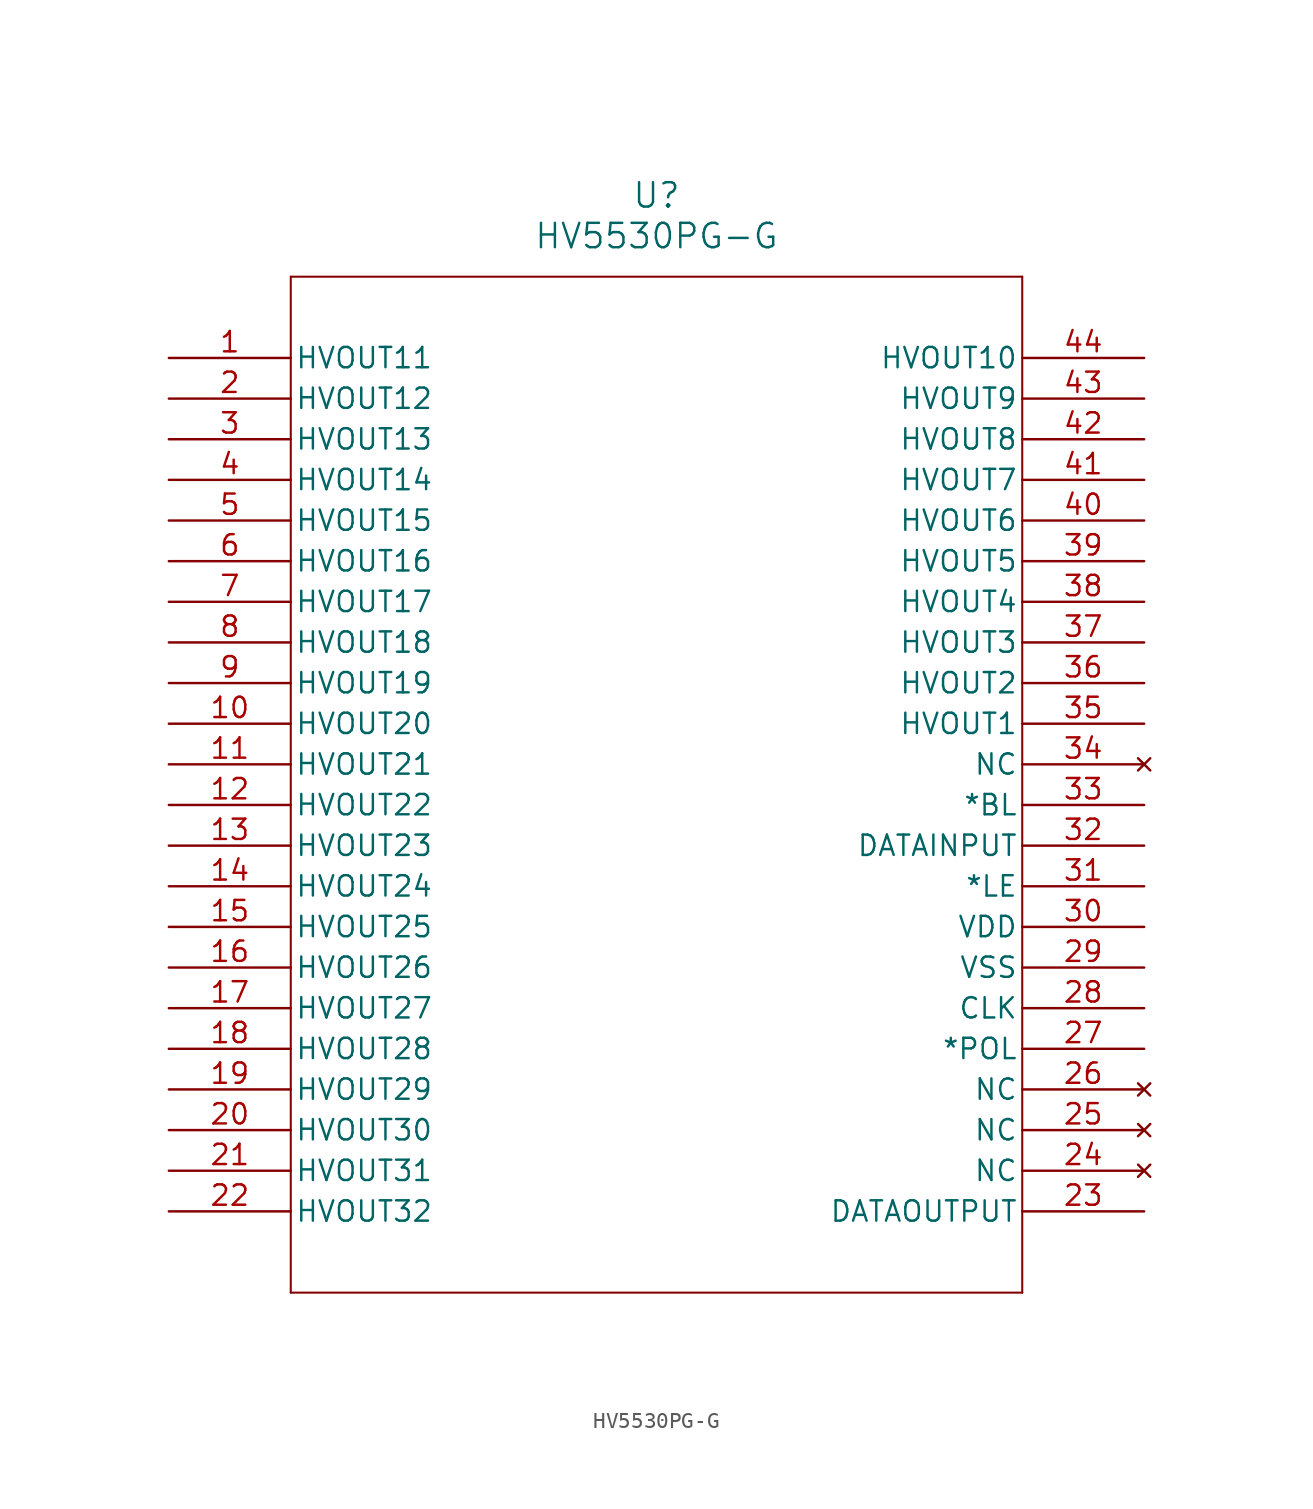
<source format=kicad_sym>
(kicad_symbol_lib
  (version 20211014)
  (generator kicad_symbol_editor)
  (symbol "HV5530PG-G"
    (pin_names
      (offset 0.254))
    (property "Reference" "U"
      (at 30.48 10.16 0)
      (effects (font (size 1.524 1.524))))
    (property "Value" "HV5530PG-G"
      (at 30.48 7.62 0)
      (effects (font (size 1.524 1.524))))
    (symbol "HV5530PG-G_0_1"
      (polyline (pts (xy 7.62 5.08) (xy 7.62 -58.42)) (stroke (width 0.127) (type default) (color 0 0 0 0)) (fill (type none)))
      (polyline (pts (xy 7.62 -58.42) (xy 53.34 -58.42)) (stroke (width 0.127) (type default) (color 0 0 0 0)) (fill (type none)))
      (polyline (pts (xy 53.34 -58.42) (xy 53.34 5.08)) (stroke (width 0.127) (type default) (color 0 0 0 0)) (fill (type none)))
      (polyline (pts (xy 53.34 5.08) (xy 7.62 5.08)) (stroke (width 0.127) (type default) (color 0 0 0 0)) (fill (type none)))
      (pin output line (at 0 0 0) (length 7.62) (name "HVOUT11" (effects (font (size 1.27 1.27)))) (number "1" (effects (font (size 1.27 1.27)))))
      (pin output line (at 0 -2.54 0) (length 7.62) (name "HVOUT12" (effects (font (size 1.27 1.27)))) (number "2" (effects (font (size 1.27 1.27)))))
      (pin output line (at 0 -5.08 0) (length 7.62) (name "HVOUT13" (effects (font (size 1.27 1.27)))) (number "3" (effects (font (size 1.27 1.27)))))
      (pin output line (at 0 -7.62 0) (length 7.62) (name "HVOUT14" (effects (font (size 1.27 1.27)))) (number "4" (effects (font (size 1.27 1.27)))))
      (pin output line (at 0 -10.16 0) (length 7.62) (name "HVOUT15" (effects (font (size 1.27 1.27)))) (number "5" (effects (font (size 1.27 1.27)))))
      (pin output line (at 0 -12.7 0) (length 7.62) (name "HVOUT16" (effects (font (size 1.27 1.27)))) (number "6" (effects (font (size 1.27 1.27)))))
      (pin output line (at 0 -15.24 0) (length 7.62) (name "HVOUT17" (effects (font (size 1.27 1.27)))) (number "7" (effects (font (size 1.27 1.27)))))
      (pin output line (at 0 -17.78 0) (length 7.62) (name "HVOUT18" (effects (font (size 1.27 1.27)))) (number "8" (effects (font (size 1.27 1.27)))))
      (pin output line (at 0 -20.32 0) (length 7.62) (name "HVOUT19" (effects (font (size 1.27 1.27)))) (number "9" (effects (font (size 1.27 1.27)))))
      (pin output line (at 0 -22.86 0) (length 7.62) (name "HVOUT20" (effects (font (size 1.27 1.27)))) (number "10" (effects (font (size 1.27 1.27)))))
      (pin output line (at 0 -25.4 0) (length 7.62) (name "HVOUT21" (effects (font (size 1.27 1.27)))) (number "11" (effects (font (size 1.27 1.27)))))
      (pin output line (at 0 -27.94 0) (length 7.62) (name "HVOUT22" (effects (font (size 1.27 1.27)))) (number "12" (effects (font (size 1.27 1.27)))))
      (pin output line (at 0 -30.48 0) (length 7.62) (name "HVOUT23" (effects (font (size 1.27 1.27)))) (number "13" (effects (font (size 1.27 1.27)))))
      (pin output line (at 0 -33.02 0) (length 7.62) (name "HVOUT24" (effects (font (size 1.27 1.27)))) (number "14" (effects (font (size 1.27 1.27)))))
      (pin output line (at 0 -35.56 0) (length 7.62) (name "HVOUT25" (effects (font (size 1.27 1.27)))) (number "15" (effects (font (size 1.27 1.27)))))
      (pin output line (at 0 -38.1 0) (length 7.62) (name "HVOUT26" (effects (font (size 1.27 1.27)))) (number "16" (effects (font (size 1.27 1.27)))))
      (pin output line (at 0 -40.64 0) (length 7.62) (name "HVOUT27" (effects (font (size 1.27 1.27)))) (number "17" (effects (font (size 1.27 1.27)))))
      (pin output line (at 0 -43.18 0) (length 7.62) (name "HVOUT28" (effects (font (size 1.27 1.27)))) (number "18" (effects (font (size 1.27 1.27)))))
      (pin output line (at 0 -45.72 0) (length 7.62) (name "HVOUT29" (effects (font (size 1.27 1.27)))) (number "19" (effects (font (size 1.27 1.27)))))
      (pin output line (at 0 -48.26 0) (length 7.62) (name "HVOUT30" (effects (font (size 1.27 1.27)))) (number "20" (effects (font (size 1.27 1.27)))))
      (pin output line (at 0 -50.8 0) (length 7.62) (name "HVOUT31" (effects (font (size 1.27 1.27)))) (number "21" (effects (font (size 1.27 1.27)))))
      (pin output line (at 0 -53.34 0) (length 7.62) (name "HVOUT32" (effects (font (size 1.27 1.27)))) (number "22" (effects (font (size 1.27 1.27)))))
      (pin output line (at 60.96 -53.34 180) (length 7.62) (name "DATAOUTPUT" (effects (font (size 1.27 1.27)))) (number "23" (effects (font (size 1.27 1.27)))))
      (pin no_connect line (at 60.96 -50.8 180) (length 7.62) (name "NC" (effects (font (size 1.27 1.27)))) (number "24" (effects (font (size 1.27 1.27)))))
      (pin no_connect line (at 60.96 -48.26 180) (length 7.62) (name "NC" (effects (font (size 1.27 1.27)))) (number "25" (effects (font (size 1.27 1.27)))))
      (pin no_connect line (at 60.96 -45.72 180) (length 7.62) (name "NC" (effects (font (size 1.27 1.27)))) (number "26" (effects (font (size 1.27 1.27)))))
      (pin unspecified line (at 60.96 -43.18 180) (length 7.62) (name "*POL" (effects (font (size 1.27 1.27)))) (number "27" (effects (font (size 1.27 1.27)))))
      (pin input line (at 60.96 -40.64 180) (length 7.62) (name "CLK" (effects (font (size 1.27 1.27)))) (number "28" (effects (font (size 1.27 1.27)))))
      (pin power_in line (at 60.96 -38.1 180) (length 7.62) (name "VSS" (effects (font (size 1.27 1.27)))) (number "29" (effects (font (size 1.27 1.27)))))
      (pin power_in line (at 60.96 -35.56 180) (length 7.62) (name "VDD" (effects (font (size 1.27 1.27)))) (number "30" (effects (font (size 1.27 1.27)))))
      (pin input line (at 60.96 -33.02 180) (length 7.62) (name "*LE" (effects (font (size 1.27 1.27)))) (number "31" (effects (font (size 1.27 1.27)))))
      (pin input line (at 60.96 -30.48 180) (length 7.62) (name "DATAINPUT" (effects (font (size 1.27 1.27)))) (number "32" (effects (font (size 1.27 1.27)))))
      (pin unspecified line (at 60.96 -27.94 180) (length 7.62) (name "*BL" (effects (font (size 1.27 1.27)))) (number "33" (effects (font (size 1.27 1.27)))))
      (pin no_connect line (at 60.96 -25.4 180) (length 7.62) (name "NC" (effects (font (size 1.27 1.27)))) (number "34" (effects (font (size 1.27 1.27)))))
      (pin output line (at 60.96 -22.86 180) (length 7.62) (name "HVOUT1" (effects (font (size 1.27 1.27)))) (number "35" (effects (font (size 1.27 1.27)))))
      (pin output line (at 60.96 -20.32 180) (length 7.62) (name "HVOUT2" (effects (font (size 1.27 1.27)))) (number "36" (effects (font (size 1.27 1.27)))))
      (pin output line (at 60.96 -17.78 180) (length 7.62) (name "HVOUT3" (effects (font (size 1.27 1.27)))) (number "37" (effects (font (size 1.27 1.27)))))
      (pin output line (at 60.96 -15.24 180) (length 7.62) (name "HVOUT4" (effects (font (size 1.27 1.27)))) (number "38" (effects (font (size 1.27 1.27)))))
      (pin output line (at 60.96 -12.7 180) (length 7.62) (name "HVOUT5" (effects (font (size 1.27 1.27)))) (number "39" (effects (font (size 1.27 1.27)))))
      (pin output line (at 60.96 -10.16 180) (length 7.62) (name "HVOUT6" (effects (font (size 1.27 1.27)))) (number "40" (effects (font (size 1.27 1.27)))))
      (pin output line (at 60.96 -7.62 180) (length 7.62) (name "HVOUT7" (effects (font (size 1.27 1.27)))) (number "41" (effects (font (size 1.27 1.27)))))
      (pin output line (at 60.96 -5.08 180) (length 7.62) (name "HVOUT8" (effects (font (size 1.27 1.27)))) (number "42" (effects (font (size 1.27 1.27)))))
      (pin output line (at 60.96 -2.54 180) (length 7.62) (name "HVOUT9" (effects (font (size 1.27 1.27)))) (number "43" (effects (font (size 1.27 1.27)))))
      (pin output line (at 60.96 0 180) (length 7.62) (name "HVOUT10" (effects (font (size 1.27 1.27)))) (number "44" (effects (font (size 1.27 1.27))))))))
</source>
